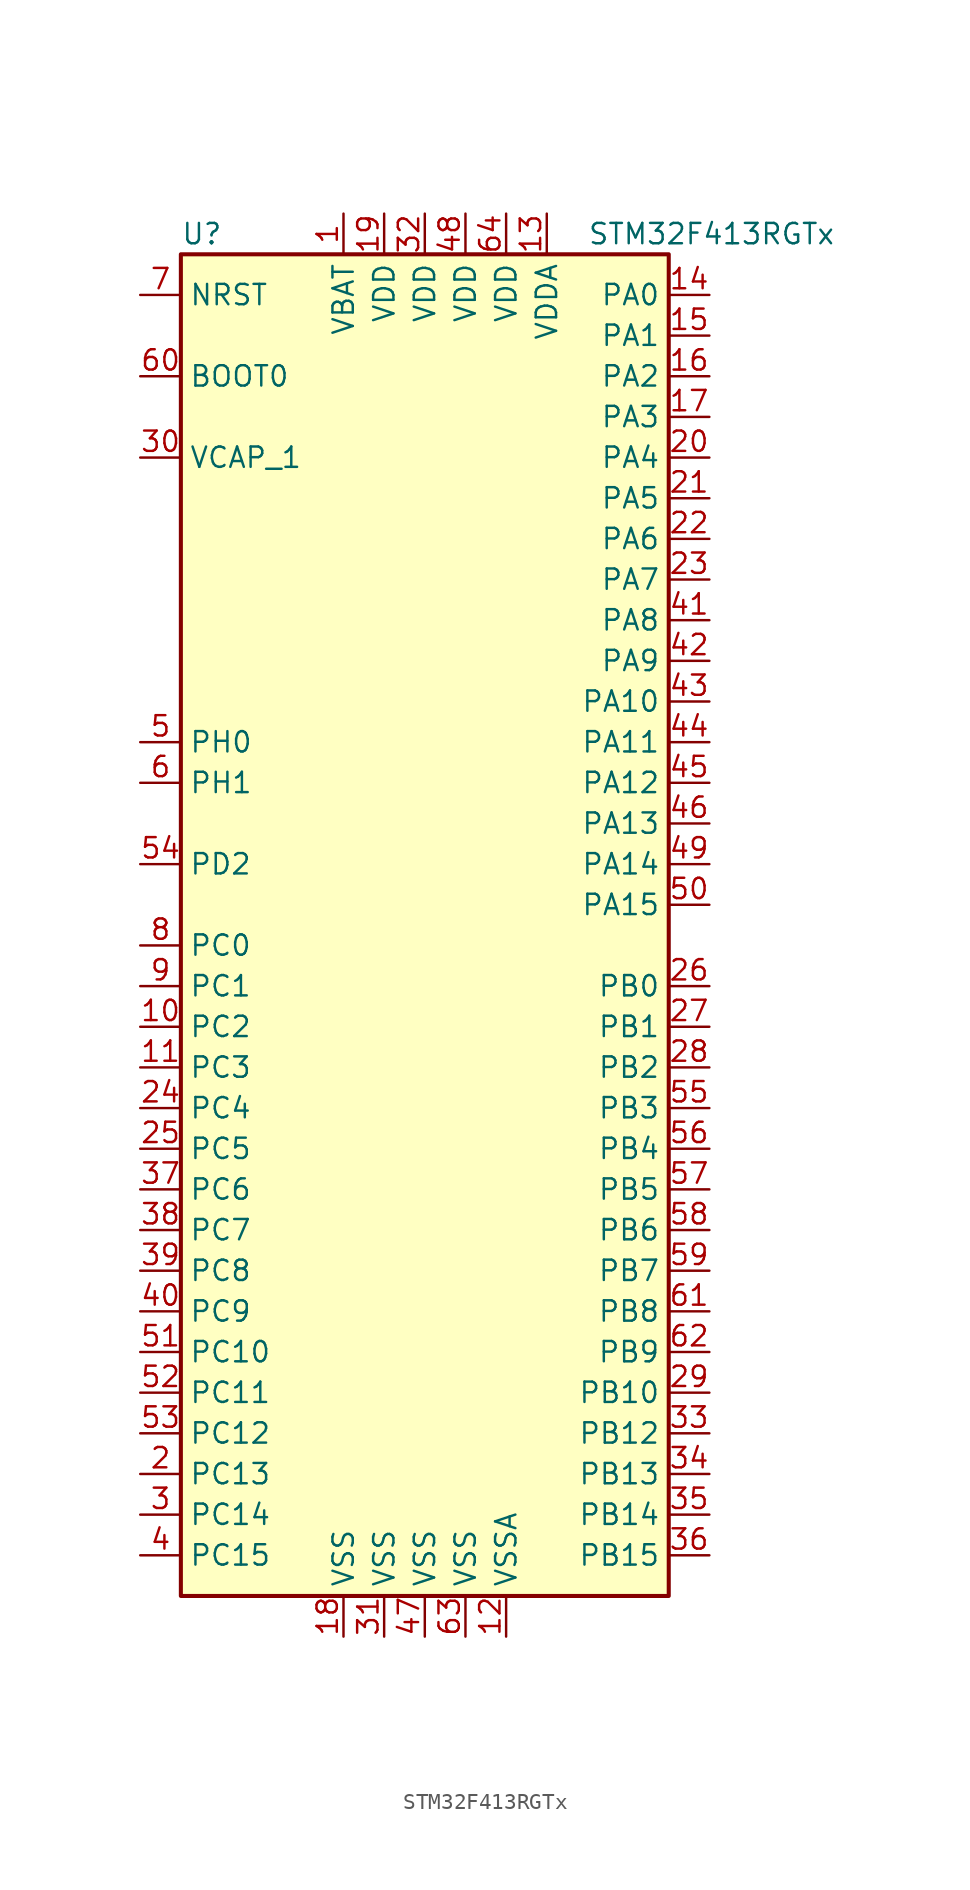
<source format=kicad_sym>
(kicad_symbol_lib
  (version 20201005)
  (generator kicad_symbol_editor)
  (symbol "STM32F413RGTx"
    (property "Reference" "U"
      (at -15.24 41.91 0)
      (effects (font (size 1.27 1.27)) (justify left)))
    (property "Value" "STM32F413RGTx"
      (at 10.16 41.91 0)
      (effects (font (size 1.27 1.27)) (justify left)))
    (symbol "STM32F413RGTx_0_1"
      (rectangle (start -15.24 -43.18) (end 15.24 40.64) (stroke (width 0.254)) (fill (type background))))
    (symbol "STM32F413RGTx_1_1"
      (pin power_in line (at -5.08 43.18 270) (length 2.54) (name "VBAT" (effects (font (size 1.27 1.27)))) (number "1" (effects (font (size 1.27 1.27)))))
      (pin bidirectional line (at -17.78 -7.62 0) (length 2.54) (name "PC2" (effects (font (size 1.27 1.27)))) (number "10" (effects (font (size 1.27 1.27)))))
      (pin bidirectional line (at -17.78 -10.16 0) (length 2.54) (name "PC3" (effects (font (size 1.27 1.27)))) (number "11" (effects (font (size 1.27 1.27)))))
      (pin power_in line (at 5.08 -45.72 90) (length 2.54) (name "VSSA" (effects (font (size 1.27 1.27)))) (number "12" (effects (font (size 1.27 1.27)))))
      (pin power_in line (at 7.62 43.18 270) (length 2.54) (name "VDDA" (effects (font (size 1.27 1.27)))) (number "13" (effects (font (size 1.27 1.27)))))
      (pin bidirectional line (at 17.78 38.1 180) (length 2.54) (name "PA0" (effects (font (size 1.27 1.27)))) (number "14" (effects (font (size 1.27 1.27)))))
      (pin bidirectional line (at 17.78 35.56 180) (length 2.54) (name "PA1" (effects (font (size 1.27 1.27)))) (number "15" (effects (font (size 1.27 1.27)))))
      (pin bidirectional line (at 17.78 33.02 180) (length 2.54) (name "PA2" (effects (font (size 1.27 1.27)))) (number "16" (effects (font (size 1.27 1.27)))))
      (pin bidirectional line (at 17.78 30.48 180) (length 2.54) (name "PA3" (effects (font (size 1.27 1.27)))) (number "17" (effects (font (size 1.27 1.27)))))
      (pin power_in line (at -5.08 -45.72 90) (length 2.54) (name "VSS" (effects (font (size 1.27 1.27)))) (number "18" (effects (font (size 1.27 1.27)))))
      (pin power_in line (at -2.54 43.18 270) (length 2.54) (name "VDD" (effects (font (size 1.27 1.27)))) (number "19" (effects (font (size 1.27 1.27)))))
      (pin bidirectional line (at -17.78 -35.56 0) (length 2.54) (name "PC13" (effects (font (size 1.27 1.27)))) (number "2" (effects (font (size 1.27 1.27)))))
      (pin bidirectional line (at 17.78 27.94 180) (length 2.54) (name "PA4" (effects (font (size 1.27 1.27)))) (number "20" (effects (font (size 1.27 1.27)))))
      (pin bidirectional line (at 17.78 25.4 180) (length 2.54) (name "PA5" (effects (font (size 1.27 1.27)))) (number "21" (effects (font (size 1.27 1.27)))))
      (pin bidirectional line (at 17.78 22.86 180) (length 2.54) (name "PA6" (effects (font (size 1.27 1.27)))) (number "22" (effects (font (size 1.27 1.27)))))
      (pin bidirectional line (at 17.78 20.32 180) (length 2.54) (name "PA7" (effects (font (size 1.27 1.27)))) (number "23" (effects (font (size 1.27 1.27)))))
      (pin bidirectional line (at -17.78 -12.7 0) (length 2.54) (name "PC4" (effects (font (size 1.27 1.27)))) (number "24" (effects (font (size 1.27 1.27)))))
      (pin bidirectional line (at -17.78 -15.24 0) (length 2.54) (name "PC5" (effects (font (size 1.27 1.27)))) (number "25" (effects (font (size 1.27 1.27)))))
      (pin bidirectional line (at 17.78 -5.08 180) (length 2.54) (name "PB0" (effects (font (size 1.27 1.27)))) (number "26" (effects (font (size 1.27 1.27)))))
      (pin bidirectional line (at 17.78 -7.62 180) (length 2.54) (name "PB1" (effects (font (size 1.27 1.27)))) (number "27" (effects (font (size 1.27 1.27)))))
      (pin bidirectional line (at 17.78 -10.16 180) (length 2.54) (name "PB2" (effects (font (size 1.27 1.27)))) (number "28" (effects (font (size 1.27 1.27)))))
      (pin bidirectional line (at 17.78 -30.48 180) (length 2.54) (name "PB10" (effects (font (size 1.27 1.27)))) (number "29" (effects (font (size 1.27 1.27)))))
      (pin bidirectional line (at -17.78 -38.1 0) (length 2.54) (name "PC14" (effects (font (size 1.27 1.27)))) (number "3" (effects (font (size 1.27 1.27)))))
      (pin power_in line (at -17.78 27.94 0) (length 2.54) (name "VCAP_1" (effects (font (size 1.27 1.27)))) (number "30" (effects (font (size 1.27 1.27)))))
      (pin power_in line (at -2.54 -45.72 90) (length 2.54) (name "VSS" (effects (font (size 1.27 1.27)))) (number "31" (effects (font (size 1.27 1.27)))))
      (pin power_in line (at 0 43.18 270) (length 2.54) (name "VDD" (effects (font (size 1.27 1.27)))) (number "32" (effects (font (size 1.27 1.27)))))
      (pin bidirectional line (at 17.78 -33.02 180) (length 2.54) (name "PB12" (effects (font (size 1.27 1.27)))) (number "33" (effects (font (size 1.27 1.27)))))
      (pin bidirectional line (at 17.78 -35.56 180) (length 2.54) (name "PB13" (effects (font (size 1.27 1.27)))) (number "34" (effects (font (size 1.27 1.27)))))
      (pin bidirectional line (at 17.78 -38.1 180) (length 2.54) (name "PB14" (effects (font (size 1.27 1.27)))) (number "35" (effects (font (size 1.27 1.27)))))
      (pin bidirectional line (at 17.78 -40.64 180) (length 2.54) (name "PB15" (effects (font (size 1.27 1.27)))) (number "36" (effects (font (size 1.27 1.27)))))
      (pin bidirectional line (at -17.78 -17.78 0) (length 2.54) (name "PC6" (effects (font (size 1.27 1.27)))) (number "37" (effects (font (size 1.27 1.27)))))
      (pin bidirectional line (at -17.78 -20.32 0) (length 2.54) (name "PC7" (effects (font (size 1.27 1.27)))) (number "38" (effects (font (size 1.27 1.27)))))
      (pin bidirectional line (at -17.78 -22.86 0) (length 2.54) (name "PC8" (effects (font (size 1.27 1.27)))) (number "39" (effects (font (size 1.27 1.27)))))
      (pin bidirectional line (at -17.78 -40.64 0) (length 2.54) (name "PC15" (effects (font (size 1.27 1.27)))) (number "4" (effects (font (size 1.27 1.27)))))
      (pin bidirectional line (at -17.78 -25.4 0) (length 2.54) (name "PC9" (effects (font (size 1.27 1.27)))) (number "40" (effects (font (size 1.27 1.27)))))
      (pin bidirectional line (at 17.78 17.78 180) (length 2.54) (name "PA8" (effects (font (size 1.27 1.27)))) (number "41" (effects (font (size 1.27 1.27)))))
      (pin bidirectional line (at 17.78 15.24 180) (length 2.54) (name "PA9" (effects (font (size 1.27 1.27)))) (number "42" (effects (font (size 1.27 1.27)))))
      (pin bidirectional line (at 17.78 12.7 180) (length 2.54) (name "PA10" (effects (font (size 1.27 1.27)))) (number "43" (effects (font (size 1.27 1.27)))))
      (pin bidirectional line (at 17.78 10.16 180) (length 2.54) (name "PA11" (effects (font (size 1.27 1.27)))) (number "44" (effects (font (size 1.27 1.27)))))
      (pin bidirectional line (at 17.78 7.62 180) (length 2.54) (name "PA12" (effects (font (size 1.27 1.27)))) (number "45" (effects (font (size 1.27 1.27)))))
      (pin bidirectional line (at 17.78 5.08 180) (length 2.54) (name "PA13" (effects (font (size 1.27 1.27)))) (number "46" (effects (font (size 1.27 1.27)))))
      (pin power_in line (at 0 -45.72 90) (length 2.54) (name "VSS" (effects (font (size 1.27 1.27)))) (number "47" (effects (font (size 1.27 1.27)))))
      (pin power_in line (at 2.54 43.18 270) (length 2.54) (name "VDD" (effects (font (size 1.27 1.27)))) (number "48" (effects (font (size 1.27 1.27)))))
      (pin bidirectional line (at 17.78 2.54 180) (length 2.54) (name "PA14" (effects (font (size 1.27 1.27)))) (number "49" (effects (font (size 1.27 1.27)))))
      (pin input line (at -17.78 10.16 0) (length 2.54) (name "PH0" (effects (font (size 1.27 1.27)))) (number "5" (effects (font (size 1.27 1.27)))))
      (pin bidirectional line (at 17.78 0 180) (length 2.54) (name "PA15" (effects (font (size 1.27 1.27)))) (number "50" (effects (font (size 1.27 1.27)))))
      (pin bidirectional line (at -17.78 -27.94 0) (length 2.54) (name "PC10" (effects (font (size 1.27 1.27)))) (number "51" (effects (font (size 1.27 1.27)))))
      (pin bidirectional line (at -17.78 -30.48 0) (length 2.54) (name "PC11" (effects (font (size 1.27 1.27)))) (number "52" (effects (font (size 1.27 1.27)))))
      (pin bidirectional line (at -17.78 -33.02 0) (length 2.54) (name "PC12" (effects (font (size 1.27 1.27)))) (number "53" (effects (font (size 1.27 1.27)))))
      (pin bidirectional line (at -17.78 2.54 0) (length 2.54) (name "PD2" (effects (font (size 1.27 1.27)))) (number "54" (effects (font (size 1.27 1.27)))))
      (pin bidirectional line (at 17.78 -12.7 180) (length 2.54) (name "PB3" (effects (font (size 1.27 1.27)))) (number "55" (effects (font (size 1.27 1.27)))))
      (pin bidirectional line (at 17.78 -15.24 180) (length 2.54) (name "PB4" (effects (font (size 1.27 1.27)))) (number "56" (effects (font (size 1.27 1.27)))))
      (pin bidirectional line (at 17.78 -17.78 180) (length 2.54) (name "PB5" (effects (font (size 1.27 1.27)))) (number "57" (effects (font (size 1.27 1.27)))))
      (pin bidirectional line (at 17.78 -20.32 180) (length 2.54) (name "PB6" (effects (font (size 1.27 1.27)))) (number "58" (effects (font (size 1.27 1.27)))))
      (pin bidirectional line (at 17.78 -22.86 180) (length 2.54) (name "PB7" (effects (font (size 1.27 1.27)))) (number "59" (effects (font (size 1.27 1.27)))))
      (pin input line (at -17.78 7.62 0) (length 2.54) (name "PH1" (effects (font (size 1.27 1.27)))) (number "6" (effects (font (size 1.27 1.27)))))
      (pin input line (at -17.78 33.02 0) (length 2.54) (name "BOOT0" (effects (font (size 1.27 1.27)))) (number "60" (effects (font (size 1.27 1.27)))))
      (pin bidirectional line (at 17.78 -25.4 180) (length 2.54) (name "PB8" (effects (font (size 1.27 1.27)))) (number "61" (effects (font (size 1.27 1.27)))))
      (pin bidirectional line (at 17.78 -27.94 180) (length 2.54) (name "PB9" (effects (font (size 1.27 1.27)))) (number "62" (effects (font (size 1.27 1.27)))))
      (pin power_in line (at 2.54 -45.72 90) (length 2.54) (name "VSS" (effects (font (size 1.27 1.27)))) (number "63" (effects (font (size 1.27 1.27)))))
      (pin power_in line (at 5.08 43.18 270) (length 2.54) (name "VDD" (effects (font (size 1.27 1.27)))) (number "64" (effects (font (size 1.27 1.27)))))
      (pin input line (at -17.78 38.1 0) (length 2.54) (name "NRST" (effects (font (size 1.27 1.27)))) (number "7" (effects (font (size 1.27 1.27)))))
      (pin bidirectional line (at -17.78 -2.54 0) (length 2.54) (name "PC0" (effects (font (size 1.27 1.27)))) (number "8" (effects (font (size 1.27 1.27)))))
      (pin bidirectional line (at -17.78 -5.08 0) (length 2.54) (name "PC1" (effects (font (size 1.27 1.27)))) (number "9" (effects (font (size 1.27 1.27))))))))
</source>
